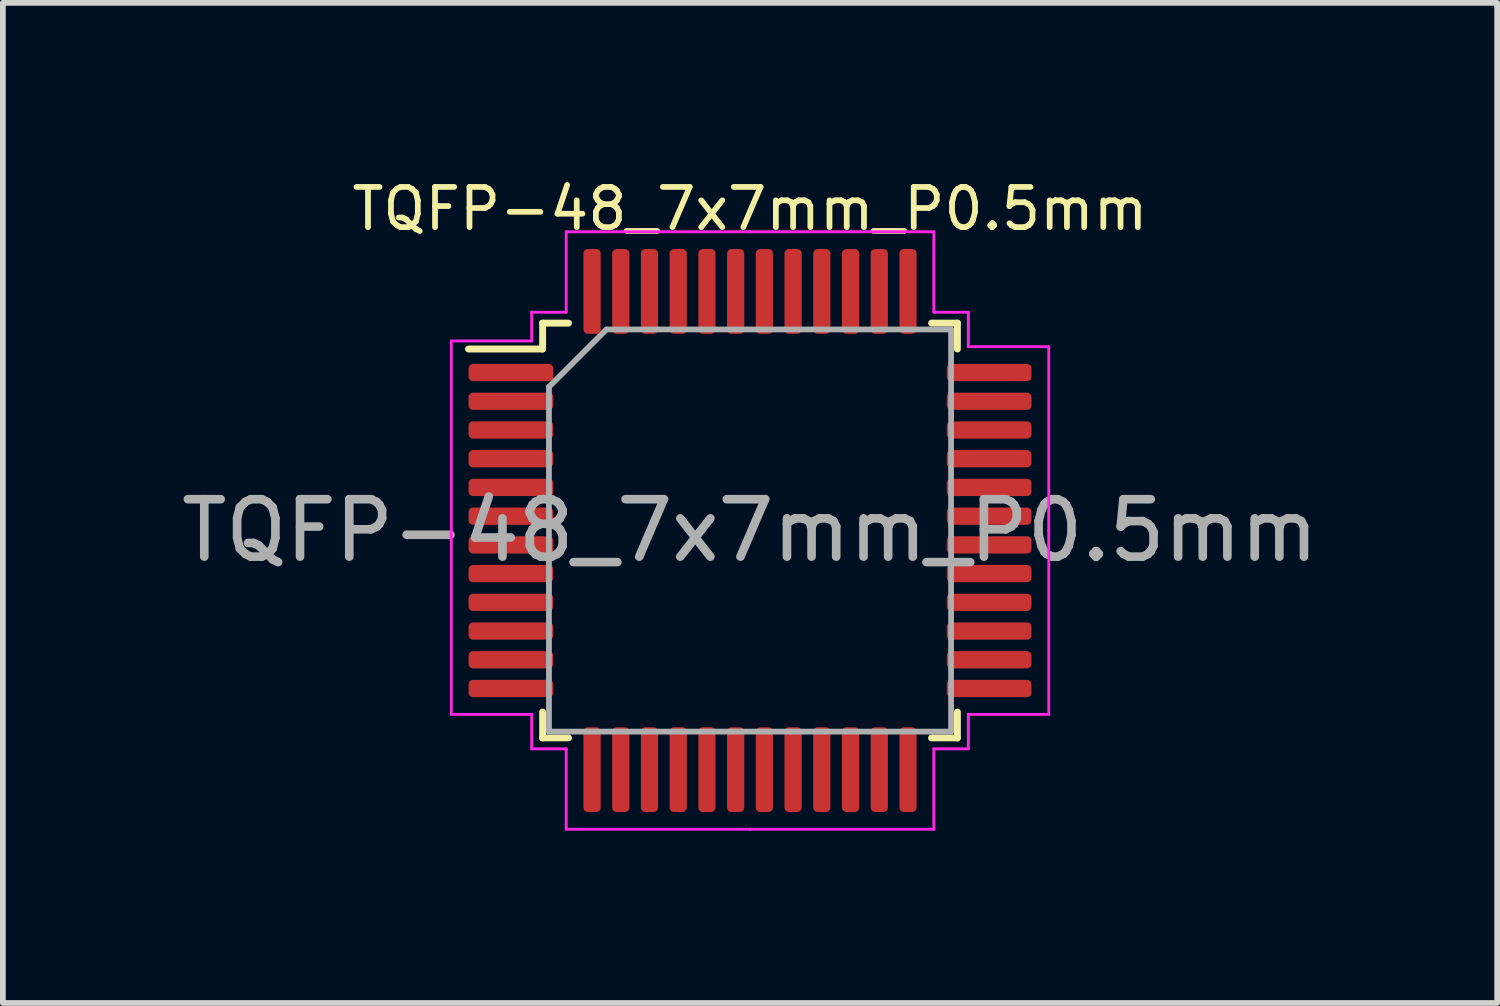
<source format=kicad_pcb>
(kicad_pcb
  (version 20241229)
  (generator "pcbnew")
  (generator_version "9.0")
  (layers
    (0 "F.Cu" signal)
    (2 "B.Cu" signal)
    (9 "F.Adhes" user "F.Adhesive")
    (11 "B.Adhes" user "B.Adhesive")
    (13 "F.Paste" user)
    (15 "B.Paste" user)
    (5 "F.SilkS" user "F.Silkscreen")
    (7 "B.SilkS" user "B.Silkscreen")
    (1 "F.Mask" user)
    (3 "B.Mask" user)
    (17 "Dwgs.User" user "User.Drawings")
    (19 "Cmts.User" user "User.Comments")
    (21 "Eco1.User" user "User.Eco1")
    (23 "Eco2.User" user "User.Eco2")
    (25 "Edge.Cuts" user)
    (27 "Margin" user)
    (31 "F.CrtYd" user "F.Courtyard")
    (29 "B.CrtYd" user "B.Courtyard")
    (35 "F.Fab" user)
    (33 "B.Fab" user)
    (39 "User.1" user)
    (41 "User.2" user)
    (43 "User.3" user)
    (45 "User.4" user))
  (footprint "TQFP-48_7x7mm_P0.5mm"
    (layer "F.Cu")
    (at 10.006 6.185)
    (property "Reference" "TQFP-48_7x7mm_P0.5mm" (at 0 -5.6 0) (layer "F.SilkS") (effects (font (size 0.7 0.7) (thickness 0.1))))
    (attr smd)
    (fp_line (start -3.61 -3.61) (end -3.61 -3.16) (stroke (width 0.12) (type solid)) (layer "F.SilkS"))
    (fp_line (start -3.61 -3.16) (end -4.9 -3.16) (stroke (width 0.12) (type solid)) (layer "F.SilkS"))
    (fp_line (start -3.61 3.61) (end -3.61 3.16) (stroke (width 0.12) (type solid)) (layer "F.SilkS"))
    (fp_line (start -3.16 -3.61) (end -3.61 -3.61) (stroke (width 0.12) (type solid)) (layer "F.SilkS"))
    (fp_line (start -3.16 3.61) (end -3.61 3.61) (stroke (width 0.12) (type solid)) (layer "F.SilkS"))
    (fp_line (start 3.16 -3.61) (end 3.61 -3.61) (stroke (width 0.12) (type solid)) (layer "F.SilkS"))
    (fp_line (start 3.16 3.61) (end 3.61 3.61) (stroke (width 0.12) (type solid)) (layer "F.SilkS"))
    (fp_line (start 3.61 -3.61) (end 3.61 -3.16) (stroke (width 0.12) (type solid)) (layer "F.SilkS"))
    (fp_line (start 3.61 3.61) (end 3.61 3.16) (stroke (width 0.12) (type solid)) (layer "F.SilkS"))
    (fp_line (start -5.2 -3.3) (end -5.2 0) (stroke (width 0.05) (type solid)) (layer "F.CrtYd"))
    (fp_line (start -5.2 3.2) (end -5.2 0) (stroke (width 0.05) (type solid)) (layer "F.CrtYd"))
    (fp_line (start -3.8 -3.8) (end -3.8 -3.3) (stroke (width 0.05) (type solid)) (layer "F.CrtYd"))
    (fp_line (start -3.8 -3.3) (end -5.2 -3.3) (stroke (width 0.05) (type solid)) (layer "F.CrtYd"))
    (fp_line (start -3.8 3.2) (end -5.2 3.2) (stroke (width 0.05) (type solid)) (layer "F.CrtYd"))
    (fp_line (start -3.8 3.8) (end -3.8 3.2) (stroke (width 0.05) (type solid)) (layer "F.CrtYd"))
    (fp_line (start -3.2 -5.2) (end -3.2 -3.8) (stroke (width 0.05) (type solid)) (layer "F.CrtYd"))
    (fp_line (start -3.2 -3.8) (end -3.8 -3.8) (stroke (width 0.05) (type solid)) (layer "F.CrtYd"))
    (fp_line (start -3.2 3.8) (end -3.8 3.8) (stroke (width 0.05) (type solid)) (layer "F.CrtYd"))
    (fp_line (start -3.2 5.2) (end -3.2 3.8) (stroke (width 0.05) (type solid)) (layer "F.CrtYd"))
    (fp_line (start 0 -5.2) (end -3.2 -5.2) (stroke (width 0.05) (type solid)) (layer "F.CrtYd"))
    (fp_line (start 0 -5.2) (end 3.2 -5.2) (stroke (width 0.05) (type solid)) (layer "F.CrtYd"))
    (fp_line (start 0 5.2) (end -3.2 5.2) (stroke (width 0.05) (type solid)) (layer "F.CrtYd"))
    (fp_line (start 0 5.2) (end 3.2 5.2) (stroke (width 0.05) (type solid)) (layer "F.CrtYd"))
    (fp_line (start 3.2 -5.2) (end 3.2 -3.8) (stroke (width 0.05) (type solid)) (layer "F.CrtYd"))
    (fp_line (start 3.2 -3.8) (end 3.8 -3.8) (stroke (width 0.05) (type solid)) (layer "F.CrtYd"))
    (fp_line (start 3.2 3.8) (end 3.8 3.8) (stroke (width 0.05) (type solid)) (layer "F.CrtYd"))
    (fp_line (start 3.2 5.2) (end 3.2 3.8) (stroke (width 0.05) (type solid)) (layer "F.CrtYd"))
    (fp_line (start 3.8 -3.8) (end 3.8 -3.2) (stroke (width 0.05) (type solid)) (layer "F.CrtYd"))
    (fp_line (start 3.8 -3.2) (end 5.2 -3.2) (stroke (width 0.05) (type solid)) (layer "F.CrtYd"))
    (fp_line (start 3.8 3.2) (end 5.2 3.2) (stroke (width 0.05) (type solid)) (layer "F.CrtYd"))
    (fp_line (start 3.8 3.8) (end 3.8 3.2) (stroke (width 0.05) (type solid)) (layer "F.CrtYd"))
    (fp_line (start 5.2 -3.2) (end 5.2 0) (stroke (width 0.05) (type solid)) (layer "F.CrtYd"))
    (fp_line (start 5.2 3.2) (end 5.2 0) (stroke (width 0.05) (type solid)) (layer "F.CrtYd"))
    (fp_line (start -3.5 -2.5) (end -2.5 -3.5) (stroke (width 0.1) (type solid)) (layer "F.Fab"))
    (fp_line (start -3.5 3.5) (end -3.5 -2.5) (stroke (width 0.1) (type solid)) (layer "F.Fab"))
    (fp_line (start -2.5 -3.5) (end 3.5 -3.5) (stroke (width 0.1) (type solid)) (layer "F.Fab"))
    (fp_line (start 3.5 -3.5) (end 3.5 3.5) (stroke (width 0.1) (type solid)) (layer "F.Fab"))
    (fp_line (start 3.5 3.5) (end -3.5 3.5) (stroke (width 0.1) (type solid)) (layer "F.Fab"))
    (fp_text user "${REFERENCE}" (at 0 0 0) (layer "F.Fab") (effects (font (size 1 1) (thickness 0.15))))
    (pad "1" smd roundrect (at -4.162 -2.75) (size 1.475 0.3) (layers "F.Cu" "F.Mask" "F.Paste") (roundrect_rratio 0.25))
    (pad "2" smd roundrect (at -4.162 -2.25) (size 1.475 0.3) (layers "F.Cu" "F.Mask" "F.Paste") (roundrect_rratio 0.25))
    (pad "3" smd roundrect (at -4.162 -1.75) (size 1.475 0.3) (layers "F.Cu" "F.Mask" "F.Paste") (roundrect_rratio 0.25))
    (pad "4" smd roundrect (at -4.162 -1.25) (size 1.475 0.3) (layers "F.Cu" "F.Mask" "F.Paste") (roundrect_rratio 0.25))
    (pad "5" smd roundrect (at -4.162 -0.75) (size 1.475 0.3) (layers "F.Cu" "F.Mask" "F.Paste") (roundrect_rratio 0.25))
    (pad "6" smd roundrect (at -4.162 -0.25) (size 1.475 0.3) (layers "F.Cu" "F.Mask" "F.Paste") (roundrect_rratio 0.25))
    (pad "7" smd roundrect (at -4.162 0.25) (size 1.475 0.3) (layers "F.Cu" "F.Mask" "F.Paste") (roundrect_rratio 0.25))
    (pad "8" smd roundrect (at -4.162 0.75) (size 1.475 0.3) (layers "F.Cu" "F.Mask" "F.Paste") (roundrect_rratio 0.25))
    (pad "9" smd roundrect (at -4.162 1.25) (size 1.475 0.3) (layers "F.Cu" "F.Mask" "F.Paste") (roundrect_rratio 0.25))
    (pad "10" smd roundrect (at -4.162 1.75) (size 1.475 0.3) (layers "F.Cu" "F.Mask" "F.Paste") (roundrect_rratio 0.25))
    (pad "11" smd roundrect (at -4.162 2.25) (size 1.475 0.3) (layers "F.Cu" "F.Mask" "F.Paste") (roundrect_rratio 0.25))
    (pad "12" smd roundrect (at -4.162 2.75) (size 1.475 0.3) (layers "F.Cu" "F.Mask" "F.Paste") (roundrect_rratio 0.25))
    (pad "13" smd roundrect (at -2.75 4.162) (size 0.3 1.475) (layers "F.Cu" "F.Mask" "F.Paste") (roundrect_rratio 0.25))
    (pad "14" smd roundrect (at -2.25 4.162) (size 0.3 1.475) (layers "F.Cu" "F.Mask" "F.Paste") (roundrect_rratio 0.25))
    (pad "15" smd roundrect (at -1.75 4.162) (size 0.3 1.475) (layers "F.Cu" "F.Mask" "F.Paste") (roundrect_rratio 0.25))
    (pad "16" smd roundrect (at -1.25 4.162) (size 0.3 1.475) (layers "F.Cu" "F.Mask" "F.Paste") (roundrect_rratio 0.25))
    (pad "17" smd roundrect (at -0.75 4.162) (size 0.3 1.475) (layers "F.Cu" "F.Mask" "F.Paste") (roundrect_rratio 0.25))
    (pad "18" smd roundrect (at -0.25 4.162) (size 0.3 1.475) (layers "F.Cu" "F.Mask" "F.Paste") (roundrect_rratio 0.25))
    (pad "19" smd roundrect (at 0.25 4.162) (size 0.3 1.475) (layers "F.Cu" "F.Mask" "F.Paste") (roundrect_rratio 0.25))
    (pad "20" smd roundrect (at 0.75 4.162) (size 0.3 1.475) (layers "F.Cu" "F.Mask" "F.Paste") (roundrect_rratio 0.25))
    (pad "21" smd roundrect (at 1.25 4.162) (size 0.3 1.475) (layers "F.Cu" "F.Mask" "F.Paste") (roundrect_rratio 0.25))
    (pad "22" smd roundrect (at 1.75 4.162) (size 0.3 1.475) (layers "F.Cu" "F.Mask" "F.Paste") (roundrect_rratio 0.25))
    (pad "23" smd roundrect (at 2.25 4.162) (size 0.3 1.475) (layers "F.Cu" "F.Mask" "F.Paste") (roundrect_rratio 0.25))
    (pad "24" smd roundrect (at 2.75 4.162) (size 0.3 1.475) (layers "F.Cu" "F.Mask" "F.Paste") (roundrect_rratio 0.25))
    (pad "25" smd roundrect (at 4.162 2.75) (size 1.475 0.3) (layers "F.Cu" "F.Mask" "F.Paste") (roundrect_rratio 0.25))
    (pad "26" smd roundrect (at 4.162 2.25) (size 1.475 0.3) (layers "F.Cu" "F.Mask" "F.Paste") (roundrect_rratio 0.25))
    (pad "27" smd roundrect (at 4.162 1.75) (size 1.475 0.3) (layers "F.Cu" "F.Mask" "F.Paste") (roundrect_rratio 0.25))
    (pad "28" smd roundrect (at 4.162 1.25) (size 1.475 0.3) (layers "F.Cu" "F.Mask" "F.Paste") (roundrect_rratio 0.25))
    (pad "29" smd roundrect (at 4.162 0.75) (size 1.475 0.3) (layers "F.Cu" "F.Mask" "F.Paste") (roundrect_rratio 0.25))
    (pad "30" smd roundrect (at 4.162 0.25) (size 1.475 0.3) (layers "F.Cu" "F.Mask" "F.Paste") (roundrect_rratio 0.25))
    (pad "31" smd roundrect (at 4.162 -0.25) (size 1.475 0.3) (layers "F.Cu" "F.Mask" "F.Paste") (roundrect_rratio 0.25))
    (pad "32" smd roundrect (at 4.162 -0.75) (size 1.475 0.3) (layers "F.Cu" "F.Mask" "F.Paste") (roundrect_rratio 0.25))
    (pad "33" smd roundrect (at 4.162 -1.25) (size 1.475 0.3) (layers "F.Cu" "F.Mask" "F.Paste") (roundrect_rratio 0.25))
    (pad "34" smd roundrect (at 4.162 -1.75) (size 1.475 0.3) (layers "F.Cu" "F.Mask" "F.Paste") (roundrect_rratio 0.25))
    (pad "35" smd roundrect (at 4.162 -2.25) (size 1.475 0.3) (layers "F.Cu" "F.Mask" "F.Paste") (roundrect_rratio 0.25))
    (pad "36" smd roundrect (at 4.162 -2.75) (size 1.475 0.3) (layers "F.Cu" "F.Mask" "F.Paste") (roundrect_rratio 0.25))
    (pad "37" smd roundrect (at 2.75 -4.162) (size 0.3 1.475) (layers "F.Cu" "F.Mask" "F.Paste") (roundrect_rratio 0.25))
    (pad "38" smd roundrect (at 2.25 -4.162) (size 0.3 1.475) (layers "F.Cu" "F.Mask" "F.Paste") (roundrect_rratio 0.25))
    (pad "39" smd roundrect (at 1.75 -4.162) (size 0.3 1.475) (layers "F.Cu" "F.Mask" "F.Paste") (roundrect_rratio 0.25))
    (pad "40" smd roundrect (at 1.25 -4.162) (size 0.3 1.475) (layers "F.Cu" "F.Mask" "F.Paste") (roundrect_rratio 0.25))
    (pad "41" smd roundrect (at 0.75 -4.162) (size 0.3 1.475) (layers "F.Cu" "F.Mask" "F.Paste") (roundrect_rratio 0.25))
    (pad "42" smd roundrect (at 0.25 -4.162) (size 0.3 1.475) (layers "F.Cu" "F.Mask" "F.Paste") (roundrect_rratio 0.25))
    (pad "43" smd roundrect (at -0.25 -4.162) (size 0.3 1.475) (layers "F.Cu" "F.Mask" "F.Paste") (roundrect_rratio 0.25))
    (pad "44" smd roundrect (at -0.75 -4.162) (size 0.3 1.475) (layers "F.Cu" "F.Mask" "F.Paste") (roundrect_rratio 0.25))
    (pad "45" smd roundrect (at -1.25 -4.162) (size 0.3 1.475) (layers "F.Cu" "F.Mask" "F.Paste") (roundrect_rratio 0.25))
    (pad "46" smd roundrect (at -1.75 -4.162) (size 0.3 1.475) (layers "F.Cu" "F.Mask" "F.Paste") (roundrect_rratio 0.25))
    (pad "47" smd roundrect (at -2.25 -4.162) (size 0.3 1.475) (layers "F.Cu" "F.Mask" "F.Paste") (roundrect_rratio 0.25))
    (pad "48" smd roundrect (at -2.75 -4.162) (size 0.3 1.475) (layers "F.Cu" "F.Mask" "F.Paste") (roundrect_rratio 0.25)))
  (gr_rect
    (start -3 -3)
    (end 23.012 14.41)
    (stroke (width 0.1) (type default))
    (fill no)
    (layer "Edge.Cuts")))
</source>
